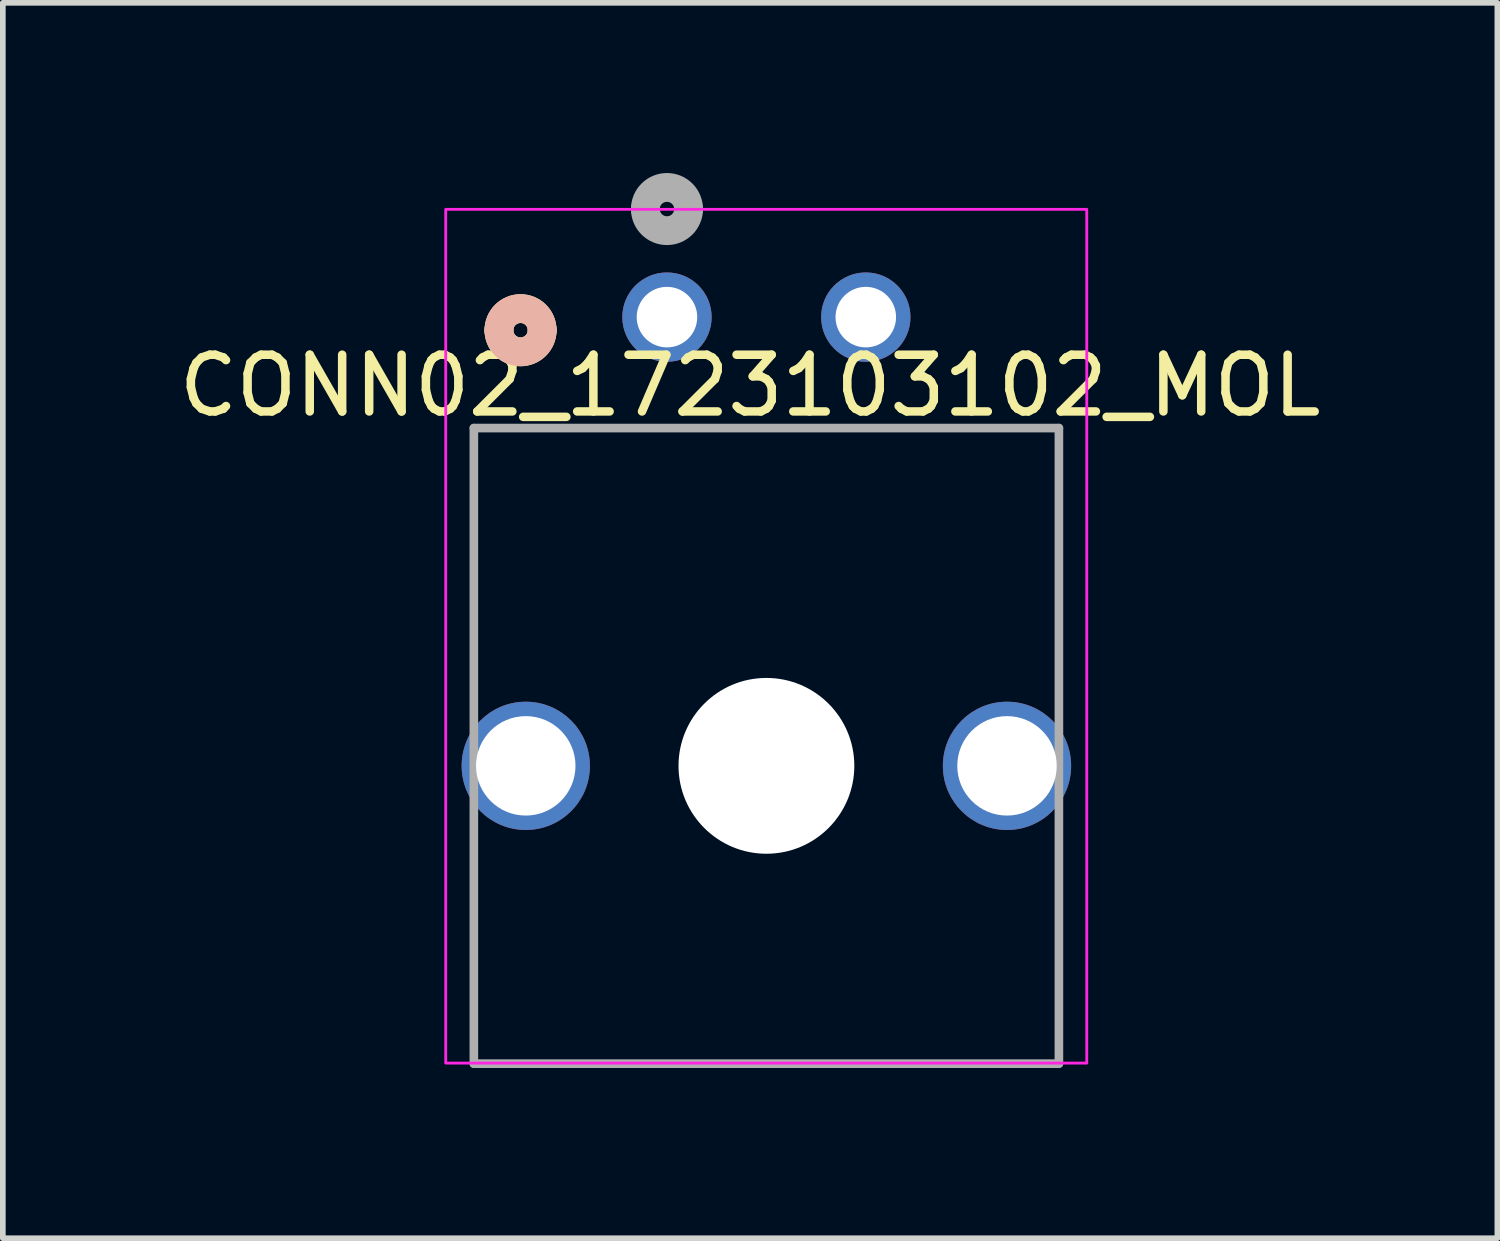
<source format=kicad_pcb>
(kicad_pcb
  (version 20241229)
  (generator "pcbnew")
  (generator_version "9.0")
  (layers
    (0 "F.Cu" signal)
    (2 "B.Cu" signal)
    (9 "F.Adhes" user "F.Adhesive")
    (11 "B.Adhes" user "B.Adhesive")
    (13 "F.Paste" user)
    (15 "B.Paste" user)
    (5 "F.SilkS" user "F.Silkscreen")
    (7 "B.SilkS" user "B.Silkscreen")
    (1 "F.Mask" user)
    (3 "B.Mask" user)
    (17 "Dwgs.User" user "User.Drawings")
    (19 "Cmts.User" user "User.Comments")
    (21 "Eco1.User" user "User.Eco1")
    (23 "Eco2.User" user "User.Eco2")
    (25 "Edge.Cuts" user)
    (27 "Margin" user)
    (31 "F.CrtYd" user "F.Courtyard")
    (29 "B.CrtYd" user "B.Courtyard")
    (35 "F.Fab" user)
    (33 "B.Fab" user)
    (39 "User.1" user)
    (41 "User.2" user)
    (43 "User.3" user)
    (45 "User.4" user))
  (footprint "CONN02_1723103102_MOL"
    (layer "F.Cu")
    (at 10.457 10.84)
    (property "Reference" "CONN02_1723103102_MOL" (at -0.285 -7.092 0) (layer "F.SilkS") (effects (font (size 1 1) (thickness 0.15))))
    (attr through_hole)
    (fp_line (start -5.15 -6.35) (end 5.15 -6.35) (stroke (width 0.1) (type default)) (layer "F.SilkS"))
    (fp_line (start -5.15 -2.8) (end -5.15 -6.35) (stroke (width 0.1) (type default)) (layer "F.SilkS"))
    (fp_line (start 5.15 -6.35) (end 5.15 -2.8) (stroke (width 0.1) (type default)) (layer "F.SilkS"))
    (fp_arc (start -4.712 -8.069) (mid -4.331 -8.45) (end -3.95 -8.069) (stroke (width 0.508) (type solid)) (layer "F.SilkS"))
    (fp_arc (start -3.95 -8.069) (mid -4.331 -7.688) (end -4.712 -8.069) (stroke (width 0.508) (type solid)) (layer "F.SilkS"))
    (fp_arc (start -4.712 -8.069) (mid -4.331 -8.45) (end -3.95 -8.069) (stroke (width 0.508) (type solid)) (layer "B.SilkS"))
    (fp_arc (start -3.95 -8.069) (mid -4.331 -7.688) (end -4.712 -8.069) (stroke (width 0.508) (type solid)) (layer "B.SilkS"))
    (fp_rect (start -5.65 -10.2) (end 5.65 4.85) (stroke (width 0.05) (type default)) (fill no) (layer "F.CrtYd"))
    (fp_line (start -5.154 -6.344) (end -5.154 4.86) (stroke (width 0.152) (type solid)) (layer "F.Fab"))
    (fp_line (start -5.153 4.86) (end 5.159 4.86) (stroke (width 0.152) (type solid)) (layer "F.Fab"))
    (fp_line (start 5.159 -6.344) (end -5.154 -6.344) (stroke (width 0.152) (type solid)) (layer "F.Fab"))
    (fp_line (start 5.159 -6.344) (end 5.159 4.86) (stroke (width 0.152) (type solid)) (layer "F.Fab"))
    (fp_arc (start -2.131 -10.205) (mid -1.75 -10.586) (end -1.369 -10.205) (stroke (width 0.508) (type solid)) (layer "F.Fab"))
    (fp_arc (start -1.369 -10.205) (mid -1.75 -9.824) (end -2.131 -10.205) (stroke (width 0.508) (type solid)) (layer "F.Fab"))
    (pad "" np_thru_hole circle (at 0.003 -0.39) (size 3.099 3.099) (drill 3.099) (layers "*.Cu" "*.Mask"))
    (pad "1" thru_hole circle (at -1.75 -8.3) (size 1.575 1.575) (drill 1.067) (layers "*.Cu" "*.Mask"))
    (pad "2" thru_hole circle (at 1.755 -8.3) (size 1.575 1.575) (drill 1.067) (layers "*.Cu" "*.Mask"))
    (pad "3" thru_hole circle (at -4.239 -0.39) (size 2.261 2.261) (drill 1.753) (layers "*.Cu" "*.Mask"))
    (pad "4" thru_hole circle (at 4.244 -0.39) (size 2.261 2.261) (drill 1.753) (layers "*.Cu" "*.Mask")))
  (gr_rect
    (start -3 -3)
    (end 23.345 18.777)
    (stroke (width 0.1) (type default))
    (fill no)
    (layer "Edge.Cuts")))
</source>
